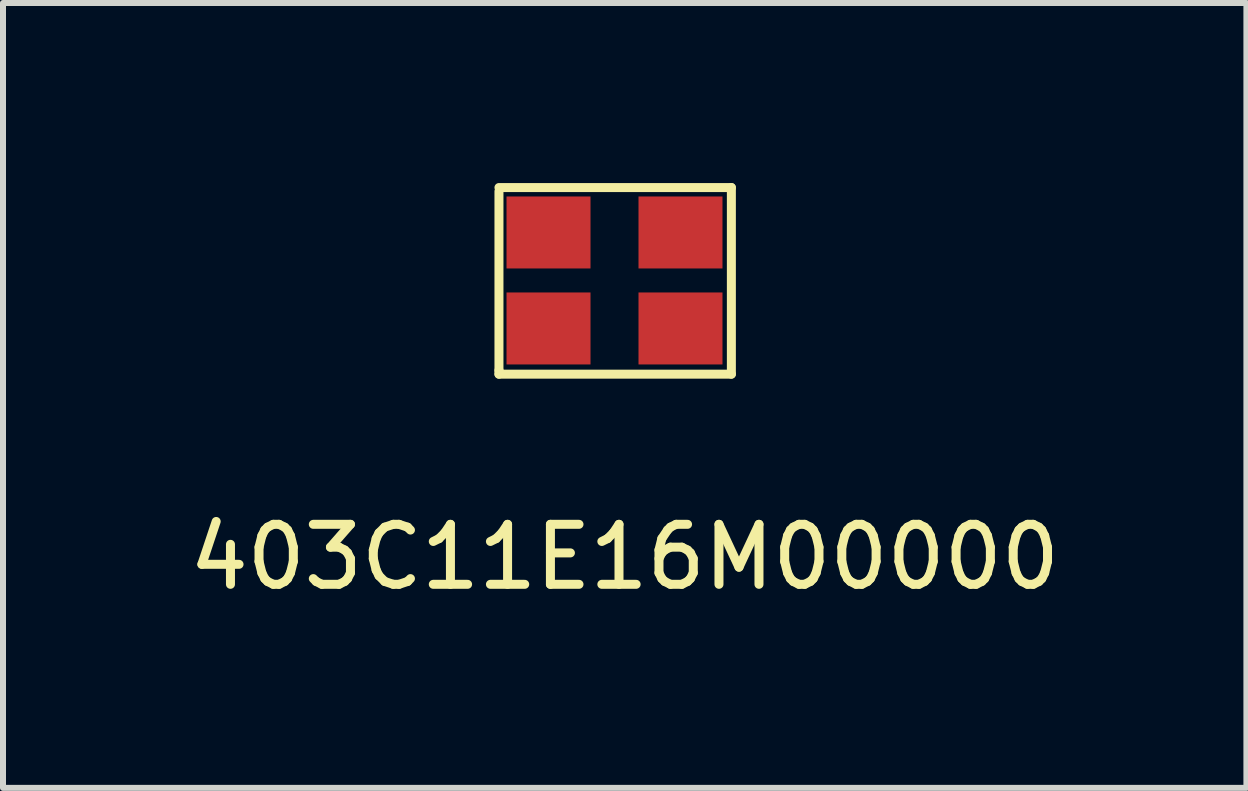
<source format=kicad_pcb>
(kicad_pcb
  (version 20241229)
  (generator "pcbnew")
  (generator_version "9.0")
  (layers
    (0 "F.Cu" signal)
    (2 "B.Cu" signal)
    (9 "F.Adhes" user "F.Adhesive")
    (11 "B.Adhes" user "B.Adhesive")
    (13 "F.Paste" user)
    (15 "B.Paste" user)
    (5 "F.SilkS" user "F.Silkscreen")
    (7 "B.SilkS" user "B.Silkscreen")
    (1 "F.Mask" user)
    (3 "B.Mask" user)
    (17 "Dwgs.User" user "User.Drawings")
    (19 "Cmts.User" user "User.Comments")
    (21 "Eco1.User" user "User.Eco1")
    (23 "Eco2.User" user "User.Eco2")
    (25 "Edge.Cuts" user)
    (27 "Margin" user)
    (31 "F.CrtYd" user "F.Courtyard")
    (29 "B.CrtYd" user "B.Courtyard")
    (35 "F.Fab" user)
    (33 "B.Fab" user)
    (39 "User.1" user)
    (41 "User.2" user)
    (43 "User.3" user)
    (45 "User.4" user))
  (footprint "403C11E16M00000"
    (layer "F.Cu")
    (at 6.093 2.425)
    (property "Reference" "403C11E16M00000" (at 1.27 3.81 0) (layer "F.SilkS") (effects (font (size 1 1) (thickness 0.15))))
    (attr through_hole)
    (fp_line (start -0.826 -2.286) (end -0.826 0.699) (stroke (width 0.15) (type solid)) (layer "F.SilkS"))
    (fp_line (start -0.826 0.699) (end -0.826 0.762) (stroke (width 0.15) (type solid)) (layer "F.SilkS"))
    (fp_line (start -0.826 0.762) (end 3.048 0.762) (stroke (width 0.15) (type solid)) (layer "F.SilkS"))
    (fp_line (start 3.048 -2.349) (end -0.826 -2.349) (stroke (width 0.15) (type solid)) (layer "F.SilkS"))
    (fp_line (start 3.048 0.762) (end 3.048 -2.349) (stroke (width 0.15) (type solid)) (layer "F.SilkS"))
    (pad "1" smd rect (at 0 0) (size 1.4 1.2) (layers "F.Cu" "F.Mask" "F.Paste"))
    (pad "2" smd rect (at 2.2 0) (size 1.4 1.2) (layers "F.Cu" "F.Mask" "F.Paste"))
    (pad "3" smd rect (at 2.2 -1.6) (size 1.4 1.2) (layers "F.Cu" "F.Mask" "F.Paste"))
    (pad "4" smd rect (at 0 -1.6) (size 1.4 1.2) (layers "F.Cu" "F.Mask" "F.Paste")))
  (gr_rect
    (start -3 -3)
    (end 17.726 10.083)
    (stroke (width 0.1) (type default))
    (fill no)
    (layer "Edge.Cuts")))
</source>
